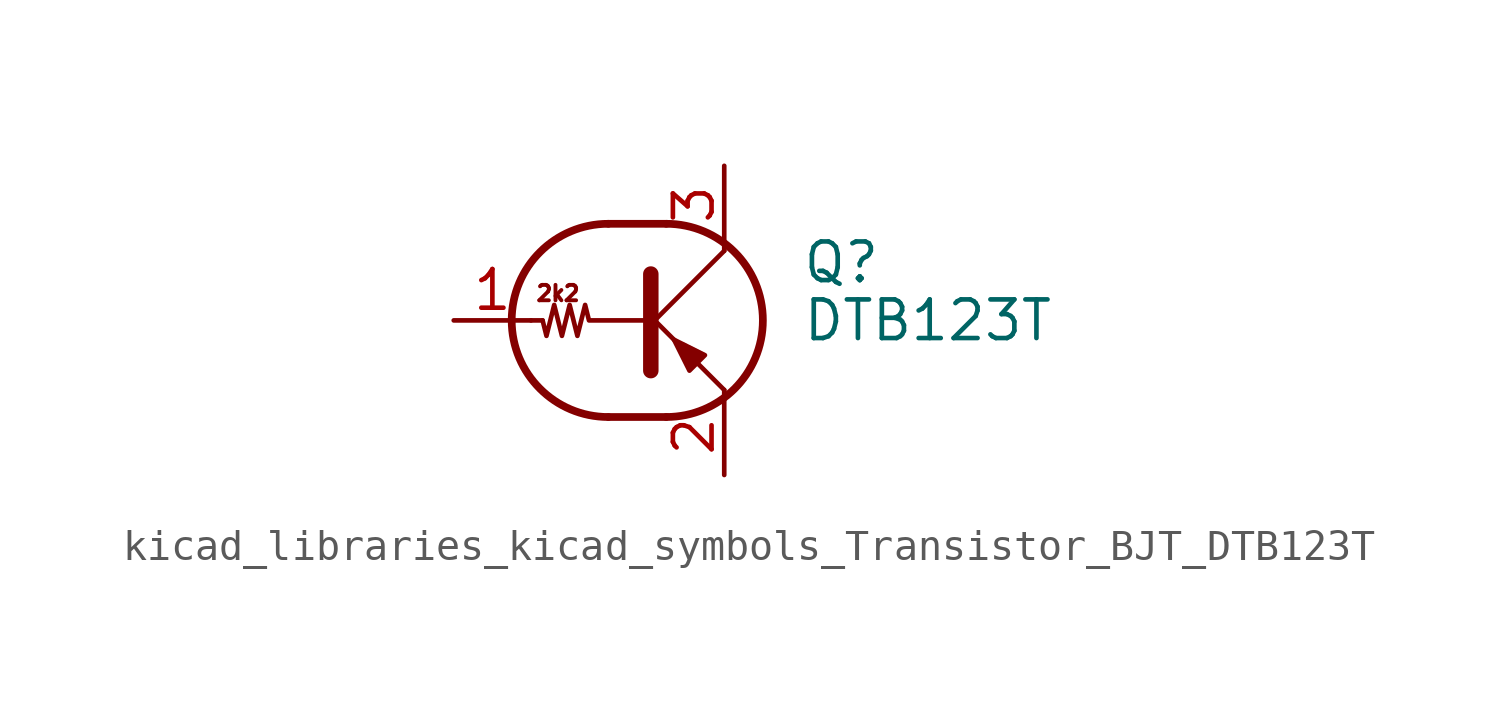
<source format=kicad_sym>
(kicad_symbol_lib
  (version 20220914)
  (generator kicad_symbol_editor)
  (symbol "kicad_libraries_kicad_symbols_Transistor_BJT_DTB123T"
    (pin_names
      (offset 0) hide)
    (property "Reference" "Q"
      (at 5.08 1.905 0)
      (effects (font (size 1.27 1.27)) (justify left)))
    (property "Value" "DTB123T"
      (at 5.08 0 0)
      (effects (font (size 1.27 1.27)) (justify left)))
    (symbol "kicad_libraries_kicad_symbols_Transistor_BJT_DTB123T_0_0"
      (polyline (pts (xy 2.54 -2.286) (xy 2.54 -2.54)) (stroke (width 0) (type default)) (fill (type none)))
      (text "2k2" (at -2.921 0.889 0) (effects (font (size 0.508 0.508)))))
    (symbol "kicad_libraries_kicad_symbols_Transistor_BJT_DTB123T_0_1"
      (arc (start -1.27 3.175) (mid -4.4312 0) (end -1.27 -3.175) (stroke (width 0.254) (type default)) (fill (type none)))
      (polyline (pts (xy -3.429 0) (xy -3.81 0)) (stroke (width 0) (type default)) (fill (type none)))
      (polyline (pts (xy -1.27 -3.175) (xy 0.635 -3.175)) (stroke (width 0.254) (type default)) (fill (type none)))
      (polyline (pts (xy -1.27 3.175) (xy 0.635 3.175)) (stroke (width 0.254) (type default)) (fill (type none)))
      (polyline (pts (xy 0 -0.254) (xy 2.54 2.286)) (stroke (width 0) (type default)) (fill (type none)))
      (polyline (pts (xy 0.127 1.524) (xy 0.127 -1.651)) (stroke (width 0.508) (type default)) (fill (type outline)))
      (polyline (pts (xy 2.54 2.286) (xy 2.54 2.54)) (stroke (width 0) (type default)) (fill (type none)))
      (polyline (pts (xy 2.54 -2.286) (xy 0 0.254) (xy 0 0.254)) (stroke (width 0) (type default)) (fill (type none)))
      (polyline (pts (xy 1.397 -1.651) (xy 1.905 -1.143) (xy 0.889 -0.635) (xy 1.397 -1.651)) (stroke (width 0) (type default)) (fill (type outline)))
      (polyline (pts (xy 0 0) (xy -1.905 0) (xy -2.032 0.508) (xy -2.286 -0.508) (xy -2.54 0.508) (xy -2.794 -0.508) (xy -3.048 0.508) (xy -3.302 -0.508) (xy -3.429 0)) (stroke (width 0) (type default)) (fill (type none)))
      (arc (start 0.635 -3.175) (mid 3.7962 0) (end 0.635 3.175) (stroke (width 0.254) (type default)) (fill (type none))))
    (symbol "kicad_libraries_kicad_symbols_Transistor_BJT_DTB123T_1_1"
      (pin input line (at -6.35 0 0) (length 2.54) (name "B" (effects (font (size 1.27 1.27)))) (number "1" (effects (font (size 1.27 1.27)))))
      (pin passive line (at 2.54 -5.08 90) (length 2.54) (name "E" (effects (font (size 1.27 1.27)))) (number "2" (effects (font (size 1.27 1.27)))))
      (pin passive line (at 2.54 5.08 270) (length 2.54) (name "C" (effects (font (size 1.27 1.27)))) (number "3" (effects (font (size 1.27 1.27))))))))
</source>
